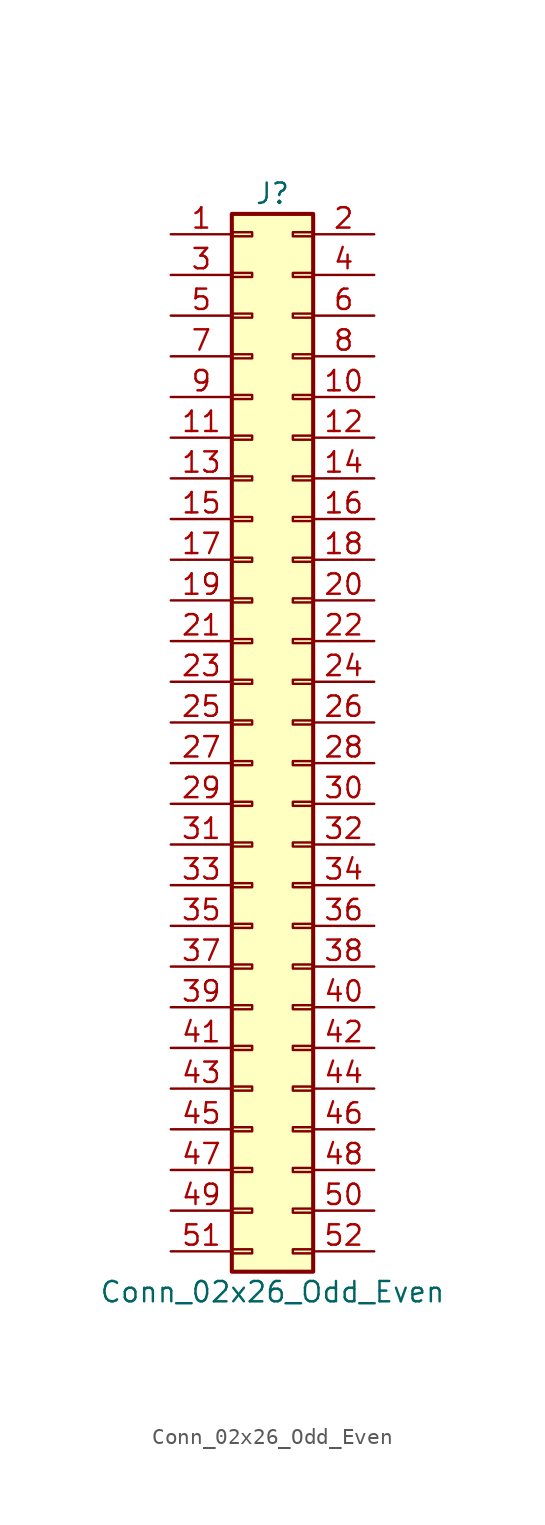
<source format=kicad_sym>
(kicad_symbol_lib
  (version 20220914)
  (generator kicad_symbol_editor)
  (symbol "Conn_02x26_Odd_Even"
    (pin_names
      (offset 1.016) hide)
    (property "Reference" "J"
      (at 1.27 33.02 0)
      (effects (font (size 1.27 1.27))))
    (property "Value" "Conn_02x26_Odd_Even"
      (at 1.27 -35.56 0)
      (effects (font (size 1.27 1.27))))
    (symbol "Conn_02x26_Odd_Even_1_1"
      (rectangle (start -1.27 -32.893) (end 0 -33.147) (stroke (width 0.152) (type default)) (fill (type none)))
      (rectangle (start -1.27 -30.353) (end 0 -30.607) (stroke (width 0.152) (type default)) (fill (type none)))
      (rectangle (start -1.27 -27.813) (end 0 -28.067) (stroke (width 0.152) (type default)) (fill (type none)))
      (rectangle (start -1.27 -25.273) (end 0 -25.527) (stroke (width 0.152) (type default)) (fill (type none)))
      (rectangle (start -1.27 -22.733) (end 0 -22.987) (stroke (width 0.152) (type default)) (fill (type none)))
      (rectangle (start -1.27 -20.193) (end 0 -20.447) (stroke (width 0.152) (type default)) (fill (type none)))
      (rectangle (start -1.27 -17.653) (end 0 -17.907) (stroke (width 0.152) (type default)) (fill (type none)))
      (rectangle (start -1.27 -15.113) (end 0 -15.367) (stroke (width 0.152) (type default)) (fill (type none)))
      (rectangle (start -1.27 -12.573) (end 0 -12.827) (stroke (width 0.152) (type default)) (fill (type none)))
      (rectangle (start -1.27 -10.033) (end 0 -10.287) (stroke (width 0.152) (type default)) (fill (type none)))
      (rectangle (start -1.27 -7.493) (end 0 -7.747) (stroke (width 0.152) (type default)) (fill (type none)))
      (rectangle (start -1.27 -4.953) (end 0 -5.207) (stroke (width 0.152) (type default)) (fill (type none)))
      (rectangle (start -1.27 -2.413) (end 0 -2.667) (stroke (width 0.152) (type default)) (fill (type none)))
      (rectangle (start -1.27 0.127) (end 0 -0.127) (stroke (width 0.152) (type default)) (fill (type none)))
      (rectangle (start -1.27 2.667) (end 0 2.413) (stroke (width 0.152) (type default)) (fill (type none)))
      (rectangle (start -1.27 5.207) (end 0 4.953) (stroke (width 0.152) (type default)) (fill (type none)))
      (rectangle (start -1.27 7.747) (end 0 7.493) (stroke (width 0.152) (type default)) (fill (type none)))
      (rectangle (start -1.27 10.287) (end 0 10.033) (stroke (width 0.152) (type default)) (fill (type none)))
      (rectangle (start -1.27 12.827) (end 0 12.573) (stroke (width 0.152) (type default)) (fill (type none)))
      (rectangle (start -1.27 15.367) (end 0 15.113) (stroke (width 0.152) (type default)) (fill (type none)))
      (rectangle (start -1.27 17.907) (end 0 17.653) (stroke (width 0.152) (type default)) (fill (type none)))
      (rectangle (start -1.27 20.447) (end 0 20.193) (stroke (width 0.152) (type default)) (fill (type none)))
      (rectangle (start -1.27 22.987) (end 0 22.733) (stroke (width 0.152) (type default)) (fill (type none)))
      (rectangle (start -1.27 25.527) (end 0 25.273) (stroke (width 0.152) (type default)) (fill (type none)))
      (rectangle (start -1.27 28.067) (end 0 27.813) (stroke (width 0.152) (type default)) (fill (type none)))
      (rectangle (start -1.27 30.607) (end 0 30.353) (stroke (width 0.152) (type default)) (fill (type none)))
      (rectangle (start -1.27 31.75) (end 3.81 -34.29) (stroke (width 0.254) (type default)) (fill (type background)))
      (rectangle (start 3.81 -32.893) (end 2.54 -33.147) (stroke (width 0.152) (type default)) (fill (type none)))
      (rectangle (start 3.81 -30.353) (end 2.54 -30.607) (stroke (width 0.152) (type default)) (fill (type none)))
      (rectangle (start 3.81 -27.813) (end 2.54 -28.067) (stroke (width 0.152) (type default)) (fill (type none)))
      (rectangle (start 3.81 -25.273) (end 2.54 -25.527) (stroke (width 0.152) (type default)) (fill (type none)))
      (rectangle (start 3.81 -22.733) (end 2.54 -22.987) (stroke (width 0.152) (type default)) (fill (type none)))
      (rectangle (start 3.81 -20.193) (end 2.54 -20.447) (stroke (width 0.152) (type default)) (fill (type none)))
      (rectangle (start 3.81 -17.653) (end 2.54 -17.907) (stroke (width 0.152) (type default)) (fill (type none)))
      (rectangle (start 3.81 -15.113) (end 2.54 -15.367) (stroke (width 0.152) (type default)) (fill (type none)))
      (rectangle (start 3.81 -12.573) (end 2.54 -12.827) (stroke (width 0.152) (type default)) (fill (type none)))
      (rectangle (start 3.81 -10.033) (end 2.54 -10.287) (stroke (width 0.152) (type default)) (fill (type none)))
      (rectangle (start 3.81 -7.493) (end 2.54 -7.747) (stroke (width 0.152) (type default)) (fill (type none)))
      (rectangle (start 3.81 -4.953) (end 2.54 -5.207) (stroke (width 0.152) (type default)) (fill (type none)))
      (rectangle (start 3.81 -2.413) (end 2.54 -2.667) (stroke (width 0.152) (type default)) (fill (type none)))
      (rectangle (start 3.81 0.127) (end 2.54 -0.127) (stroke (width 0.152) (type default)) (fill (type none)))
      (rectangle (start 3.81 2.667) (end 2.54 2.413) (stroke (width 0.152) (type default)) (fill (type none)))
      (rectangle (start 3.81 5.207) (end 2.54 4.953) (stroke (width 0.152) (type default)) (fill (type none)))
      (rectangle (start 3.81 7.747) (end 2.54 7.493) (stroke (width 0.152) (type default)) (fill (type none)))
      (rectangle (start 3.81 10.287) (end 2.54 10.033) (stroke (width 0.152) (type default)) (fill (type none)))
      (rectangle (start 3.81 12.827) (end 2.54 12.573) (stroke (width 0.152) (type default)) (fill (type none)))
      (rectangle (start 3.81 15.367) (end 2.54 15.113) (stroke (width 0.152) (type default)) (fill (type none)))
      (rectangle (start 3.81 17.907) (end 2.54 17.653) (stroke (width 0.152) (type default)) (fill (type none)))
      (rectangle (start 3.81 20.447) (end 2.54 20.193) (stroke (width 0.152) (type default)) (fill (type none)))
      (rectangle (start 3.81 22.987) (end 2.54 22.733) (stroke (width 0.152) (type default)) (fill (type none)))
      (rectangle (start 3.81 25.527) (end 2.54 25.273) (stroke (width 0.152) (type default)) (fill (type none)))
      (rectangle (start 3.81 28.067) (end 2.54 27.813) (stroke (width 0.152) (type default)) (fill (type none)))
      (rectangle (start 3.81 30.607) (end 2.54 30.353) (stroke (width 0.152) (type default)) (fill (type none)))
      (pin passive line (at -5.08 30.48 0) (length 3.81) (name "Pin_1" (effects (font (size 1.27 1.27)))) (number "1" (effects (font (size 1.27 1.27)))))
      (pin passive line (at 7.62 20.32 180) (length 3.81) (name "Pin_10" (effects (font (size 1.27 1.27)))) (number "10" (effects (font (size 1.27 1.27)))))
      (pin passive line (at -5.08 17.78 0) (length 3.81) (name "Pin_11" (effects (font (size 1.27 1.27)))) (number "11" (effects (font (size 1.27 1.27)))))
      (pin passive line (at 7.62 17.78 180) (length 3.81) (name "Pin_12" (effects (font (size 1.27 1.27)))) (number "12" (effects (font (size 1.27 1.27)))))
      (pin passive line (at -5.08 15.24 0) (length 3.81) (name "Pin_13" (effects (font (size 1.27 1.27)))) (number "13" (effects (font (size 1.27 1.27)))))
      (pin passive line (at 7.62 15.24 180) (length 3.81) (name "Pin_14" (effects (font (size 1.27 1.27)))) (number "14" (effects (font (size 1.27 1.27)))))
      (pin passive line (at -5.08 12.7 0) (length 3.81) (name "Pin_15" (effects (font (size 1.27 1.27)))) (number "15" (effects (font (size 1.27 1.27)))))
      (pin passive line (at 7.62 12.7 180) (length 3.81) (name "Pin_16" (effects (font (size 1.27 1.27)))) (number "16" (effects (font (size 1.27 1.27)))))
      (pin passive line (at -5.08 10.16 0) (length 3.81) (name "Pin_17" (effects (font (size 1.27 1.27)))) (number "17" (effects (font (size 1.27 1.27)))))
      (pin passive line (at 7.62 10.16 180) (length 3.81) (name "Pin_18" (effects (font (size 1.27 1.27)))) (number "18" (effects (font (size 1.27 1.27)))))
      (pin passive line (at -5.08 7.62 0) (length 3.81) (name "Pin_19" (effects (font (size 1.27 1.27)))) (number "19" (effects (font (size 1.27 1.27)))))
      (pin passive line (at 7.62 30.48 180) (length 3.81) (name "Pin_2" (effects (font (size 1.27 1.27)))) (number "2" (effects (font (size 1.27 1.27)))))
      (pin passive line (at 7.62 7.62 180) (length 3.81) (name "Pin_20" (effects (font (size 1.27 1.27)))) (number "20" (effects (font (size 1.27 1.27)))))
      (pin passive line (at -5.08 5.08 0) (length 3.81) (name "Pin_21" (effects (font (size 1.27 1.27)))) (number "21" (effects (font (size 1.27 1.27)))))
      (pin passive line (at 7.62 5.08 180) (length 3.81) (name "Pin_22" (effects (font (size 1.27 1.27)))) (number "22" (effects (font (size 1.27 1.27)))))
      (pin passive line (at -5.08 2.54 0) (length 3.81) (name "Pin_23" (effects (font (size 1.27 1.27)))) (number "23" (effects (font (size 1.27 1.27)))))
      (pin passive line (at 7.62 2.54 180) (length 3.81) (name "Pin_24" (effects (font (size 1.27 1.27)))) (number "24" (effects (font (size 1.27 1.27)))))
      (pin passive line (at -5.08 0 0) (length 3.81) (name "Pin_25" (effects (font (size 1.27 1.27)))) (number "25" (effects (font (size 1.27 1.27)))))
      (pin passive line (at 7.62 0 180) (length 3.81) (name "Pin_26" (effects (font (size 1.27 1.27)))) (number "26" (effects (font (size 1.27 1.27)))))
      (pin passive line (at -5.08 -2.54 0) (length 3.81) (name "Pin_27" (effects (font (size 1.27 1.27)))) (number "27" (effects (font (size 1.27 1.27)))))
      (pin passive line (at 7.62 -2.54 180) (length 3.81) (name "Pin_28" (effects (font (size 1.27 1.27)))) (number "28" (effects (font (size 1.27 1.27)))))
      (pin passive line (at -5.08 -5.08 0) (length 3.81) (name "Pin_29" (effects (font (size 1.27 1.27)))) (number "29" (effects (font (size 1.27 1.27)))))
      (pin passive line (at -5.08 27.94 0) (length 3.81) (name "Pin_3" (effects (font (size 1.27 1.27)))) (number "3" (effects (font (size 1.27 1.27)))))
      (pin passive line (at 7.62 -5.08 180) (length 3.81) (name "Pin_30" (effects (font (size 1.27 1.27)))) (number "30" (effects (font (size 1.27 1.27)))))
      (pin passive line (at -5.08 -7.62 0) (length 3.81) (name "Pin_31" (effects (font (size 1.27 1.27)))) (number "31" (effects (font (size 1.27 1.27)))))
      (pin passive line (at 7.62 -7.62 180) (length 3.81) (name "Pin_32" (effects (font (size 1.27 1.27)))) (number "32" (effects (font (size 1.27 1.27)))))
      (pin passive line (at -5.08 -10.16 0) (length 3.81) (name "Pin_33" (effects (font (size 1.27 1.27)))) (number "33" (effects (font (size 1.27 1.27)))))
      (pin passive line (at 7.62 -10.16 180) (length 3.81) (name "Pin_34" (effects (font (size 1.27 1.27)))) (number "34" (effects (font (size 1.27 1.27)))))
      (pin passive line (at -5.08 -12.7 0) (length 3.81) (name "Pin_35" (effects (font (size 1.27 1.27)))) (number "35" (effects (font (size 1.27 1.27)))))
      (pin passive line (at 7.62 -12.7 180) (length 3.81) (name "Pin_36" (effects (font (size 1.27 1.27)))) (number "36" (effects (font (size 1.27 1.27)))))
      (pin passive line (at -5.08 -15.24 0) (length 3.81) (name "Pin_37" (effects (font (size 1.27 1.27)))) (number "37" (effects (font (size 1.27 1.27)))))
      (pin passive line (at 7.62 -15.24 180) (length 3.81) (name "Pin_38" (effects (font (size 1.27 1.27)))) (number "38" (effects (font (size 1.27 1.27)))))
      (pin passive line (at -5.08 -17.78 0) (length 3.81) (name "Pin_39" (effects (font (size 1.27 1.27)))) (number "39" (effects (font (size 1.27 1.27)))))
      (pin passive line (at 7.62 27.94 180) (length 3.81) (name "Pin_4" (effects (font (size 1.27 1.27)))) (number "4" (effects (font (size 1.27 1.27)))))
      (pin passive line (at 7.62 -17.78 180) (length 3.81) (name "Pin_40" (effects (font (size 1.27 1.27)))) (number "40" (effects (font (size 1.27 1.27)))))
      (pin passive line (at -5.08 -20.32 0) (length 3.81) (name "Pin_41" (effects (font (size 1.27 1.27)))) (number "41" (effects (font (size 1.27 1.27)))))
      (pin passive line (at 7.62 -20.32 180) (length 3.81) (name "Pin_42" (effects (font (size 1.27 1.27)))) (number "42" (effects (font (size 1.27 1.27)))))
      (pin passive line (at -5.08 -22.86 0) (length 3.81) (name "Pin_43" (effects (font (size 1.27 1.27)))) (number "43" (effects (font (size 1.27 1.27)))))
      (pin passive line (at 7.62 -22.86 180) (length 3.81) (name "Pin_44" (effects (font (size 1.27 1.27)))) (number "44" (effects (font (size 1.27 1.27)))))
      (pin passive line (at -5.08 -25.4 0) (length 3.81) (name "Pin_45" (effects (font (size 1.27 1.27)))) (number "45" (effects (font (size 1.27 1.27)))))
      (pin passive line (at 7.62 -25.4 180) (length 3.81) (name "Pin_46" (effects (font (size 1.27 1.27)))) (number "46" (effects (font (size 1.27 1.27)))))
      (pin passive line (at -5.08 -27.94 0) (length 3.81) (name "Pin_47" (effects (font (size 1.27 1.27)))) (number "47" (effects (font (size 1.27 1.27)))))
      (pin passive line (at 7.62 -27.94 180) (length 3.81) (name "Pin_48" (effects (font (size 1.27 1.27)))) (number "48" (effects (font (size 1.27 1.27)))))
      (pin passive line (at -5.08 -30.48 0) (length 3.81) (name "Pin_49" (effects (font (size 1.27 1.27)))) (number "49" (effects (font (size 1.27 1.27)))))
      (pin passive line (at -5.08 25.4 0) (length 3.81) (name "Pin_5" (effects (font (size 1.27 1.27)))) (number "5" (effects (font (size 1.27 1.27)))))
      (pin passive line (at 7.62 -30.48 180) (length 3.81) (name "Pin_50" (effects (font (size 1.27 1.27)))) (number "50" (effects (font (size 1.27 1.27)))))
      (pin passive line (at -5.08 -33.02 0) (length 3.81) (name "Pin_51" (effects (font (size 1.27 1.27)))) (number "51" (effects (font (size 1.27 1.27)))))
      (pin passive line (at 7.62 -33.02 180) (length 3.81) (name "Pin_52" (effects (font (size 1.27 1.27)))) (number "52" (effects (font (size 1.27 1.27)))))
      (pin passive line (at 7.62 25.4 180) (length 3.81) (name "Pin_6" (effects (font (size 1.27 1.27)))) (number "6" (effects (font (size 1.27 1.27)))))
      (pin passive line (at -5.08 22.86 0) (length 3.81) (name "Pin_7" (effects (font (size 1.27 1.27)))) (number "7" (effects (font (size 1.27 1.27)))))
      (pin passive line (at 7.62 22.86 180) (length 3.81) (name "Pin_8" (effects (font (size 1.27 1.27)))) (number "8" (effects (font (size 1.27 1.27)))))
      (pin passive line (at -5.08 20.32 0) (length 3.81) (name "Pin_9" (effects (font (size 1.27 1.27)))) (number "9" (effects (font (size 1.27 1.27))))))))
</source>
